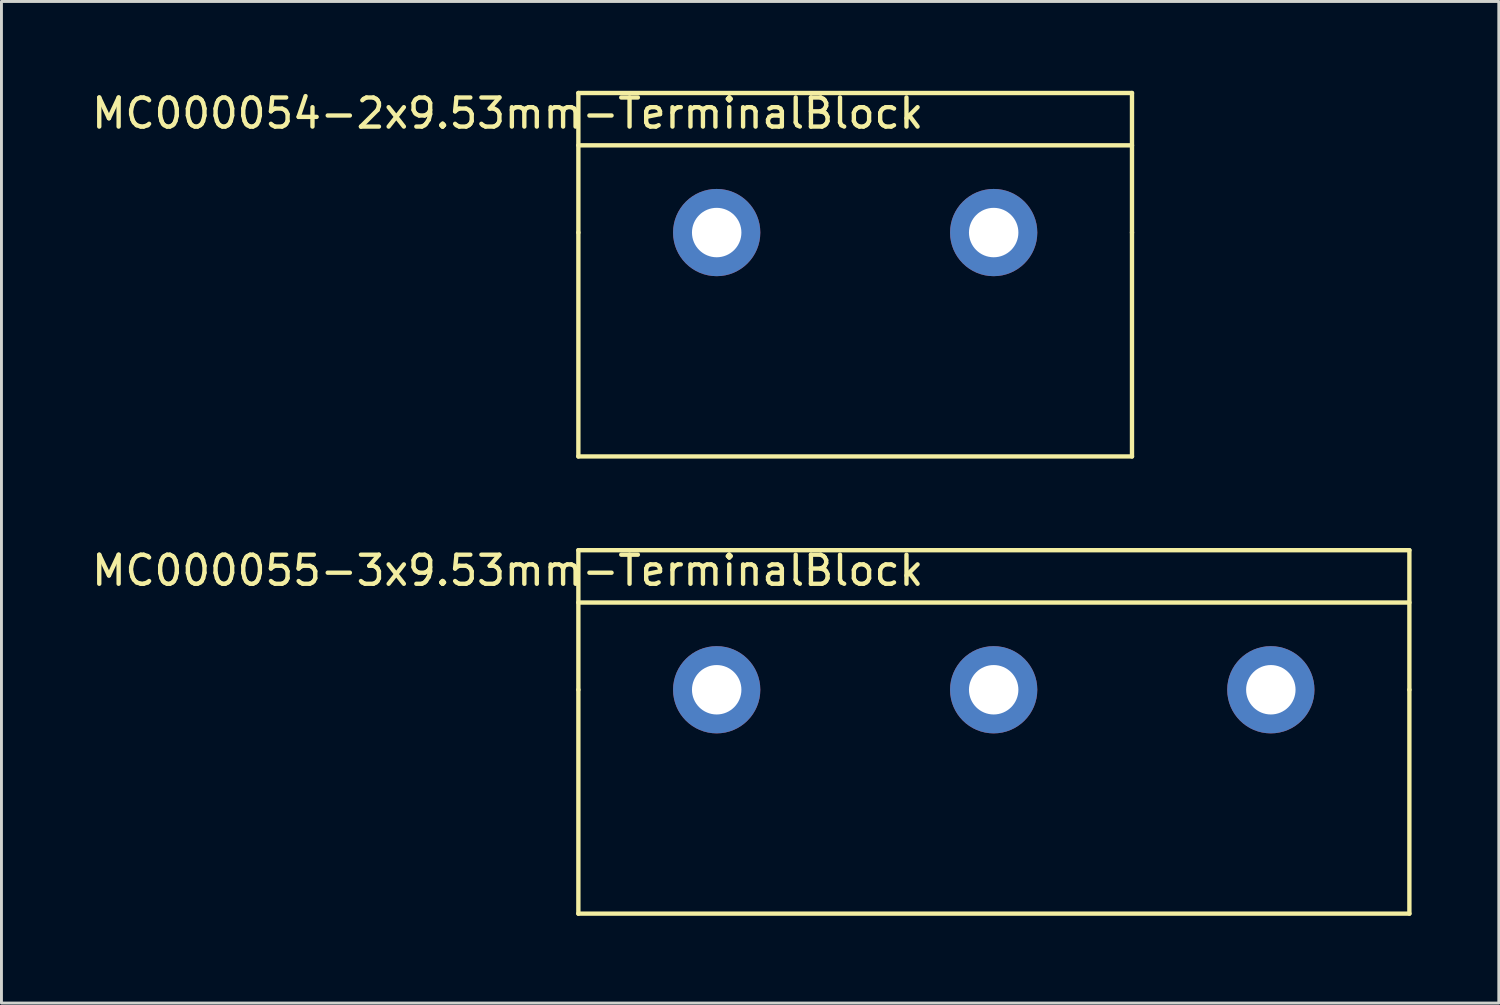
<source format=kicad_pcb>
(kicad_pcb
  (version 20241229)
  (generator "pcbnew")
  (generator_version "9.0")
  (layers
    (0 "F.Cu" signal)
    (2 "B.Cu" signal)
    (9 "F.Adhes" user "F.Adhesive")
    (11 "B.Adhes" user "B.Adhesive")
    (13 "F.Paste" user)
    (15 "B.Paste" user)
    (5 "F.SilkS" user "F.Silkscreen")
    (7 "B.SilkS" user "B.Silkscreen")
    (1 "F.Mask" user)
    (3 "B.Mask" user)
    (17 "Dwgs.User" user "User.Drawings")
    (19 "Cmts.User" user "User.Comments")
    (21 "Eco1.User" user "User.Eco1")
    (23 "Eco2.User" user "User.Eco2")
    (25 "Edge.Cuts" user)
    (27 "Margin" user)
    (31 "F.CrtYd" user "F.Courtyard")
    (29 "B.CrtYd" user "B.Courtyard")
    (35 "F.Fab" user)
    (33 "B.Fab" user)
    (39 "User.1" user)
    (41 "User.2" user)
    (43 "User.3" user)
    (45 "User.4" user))
  (footprint "MC000055-3x9.53mm-TerminalBlock"
    (layer "F.Cu")
    (at 26.361 20.672)
    (property "Reference" "MC000055-3x9.53mm-TerminalBlock" (at -11.95 -4.1 0) (layer "F.SilkS") (effects (font (size 1 1) (thickness 0.15))))
    (attr through_hole)
    (fp_line (start -9.52 -4.8) (end -9.52 0) (stroke (width 0.15) (type solid)) (layer "F.SilkS"))
    (fp_line (start -9.52 -3) (end 19.06 -3) (stroke (width 0.15) (type solid)) (layer "F.SilkS"))
    (fp_line (start -9.52 0) (end -9.52 7.7) (stroke (width 0.15) (type solid)) (layer "F.SilkS"))
    (fp_line (start -9.52 7.7) (end 19.06 7.7) (stroke (width 0.15) (type solid)) (layer "F.SilkS"))
    (fp_line (start 19.06 -4.8) (end -9.52 -4.8) (stroke (width 0.15) (type solid)) (layer "F.SilkS"))
    (fp_line (start 19.06 0) (end 19.06 -4.8) (stroke (width 0.15) (type solid)) (layer "F.SilkS"))
    (fp_line (start 19.06 7.7) (end 19.06 0) (stroke (width 0.15) (type solid)) (layer "F.SilkS"))
    (pad "1" thru_hole circle (at -4.763 0) (size 3 3) (drill 1.7) (layers "*.Cu" "*.Mask"))
    (pad "2" thru_hole circle (at 4.763 0) (size 3 3) (drill 1.7) (layers "*.Cu" "*.Mask"))
    (pad "3" thru_hole circle (at 14.295 0) (size 3 3) (drill 1.7) (layers "*.Cu" "*.Mask")))
  (footprint "MC000054-2x9.53mm-TerminalBlock"
    (layer "F.Cu")
    (at 26.361 4.948)
    (property "Reference" "MC000054-2x9.53mm-TerminalBlock" (at -11.95 -4.1 0) (layer "F.SilkS") (effects (font (size 1 1) (thickness 0.15))))
    (attr through_hole)
    (fp_line (start -9.52 -4.8) (end -9.52 0) (stroke (width 0.15) (type solid)) (layer "F.SilkS"))
    (fp_line (start -9.52 -3) (end 9.52 -3) (stroke (width 0.15) (type solid)) (layer "F.SilkS"))
    (fp_line (start -9.52 0) (end -9.52 7.7) (stroke (width 0.15) (type solid)) (layer "F.SilkS"))
    (fp_line (start -9.52 7.7) (end 9.52 7.7) (stroke (width 0.15) (type solid)) (layer "F.SilkS"))
    (fp_line (start 9.52 -4.8) (end -9.52 -4.8) (stroke (width 0.15) (type solid)) (layer "F.SilkS"))
    (fp_line (start 9.52 0) (end 9.52 -4.8) (stroke (width 0.15) (type solid)) (layer "F.SilkS"))
    (fp_line (start 9.52 7.7) (end 9.52 0) (stroke (width 0.15) (type solid)) (layer "F.SilkS"))
    (pad "1" thru_hole circle (at -4.763 0) (size 3 3) (drill 1.7) (layers "*.Cu" "*.Mask"))
    (pad "2" thru_hole circle (at 4.763 0) (size 3 3) (drill 1.7) (layers "*.Cu" "*.Mask")))
  (gr_rect
    (start -3 -3)
    (end 48.496 31.447)
    (stroke (width 0.1) (type default))
    (fill no)
    (layer "Edge.Cuts")))
</source>
